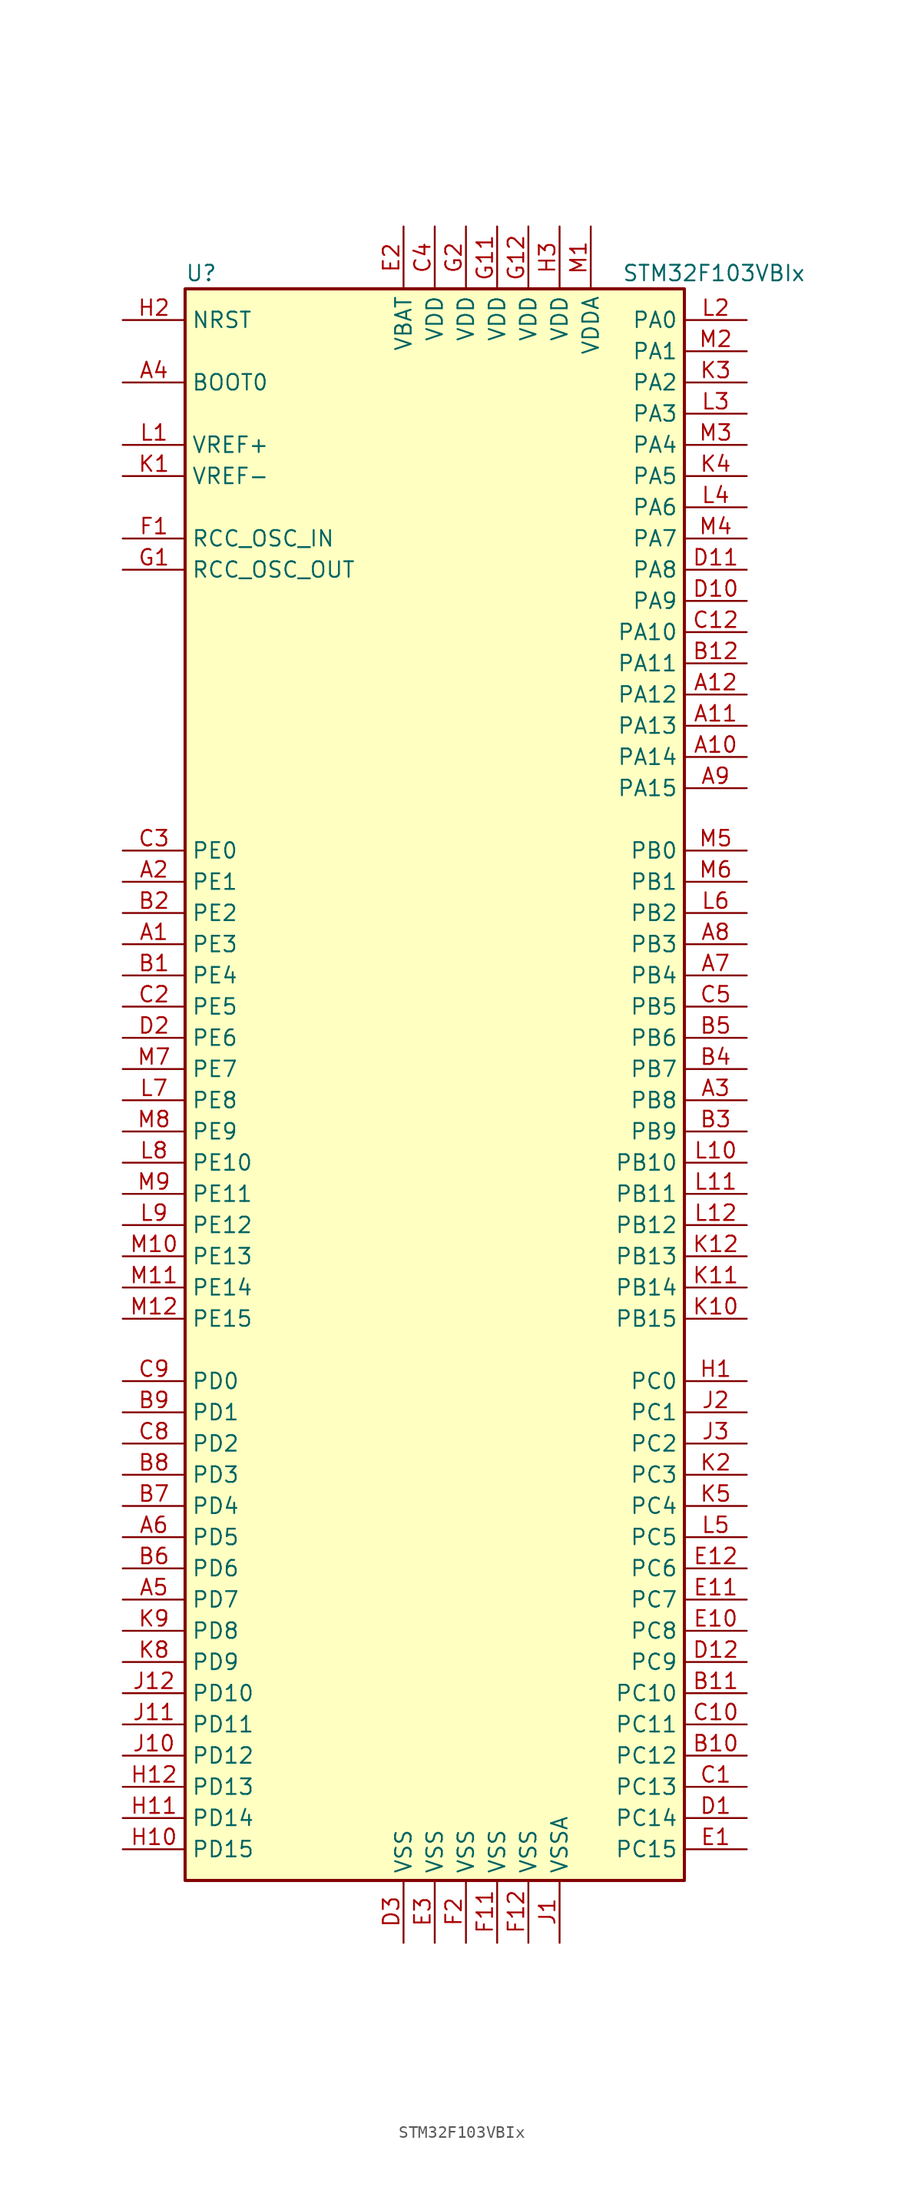
<source format=kicad_sym>
(kicad_symbol_lib
  (version 20200908)
  (generator kicad_symbol_editor)
  (symbol "MCU_ST_STM32F1:STM32F103VBIx"
    (property "Reference" "U"
      (at -20.32 64.77 0)
      (effects (font (size 1.27 1.27)) (justify left)))
    (property "Value" "STM32F103VBIx"
      (at 15.24 64.77 0)
      (effects (font (size 1.27 1.27)) (justify left)))
    (symbol "STM32F103VBIx_0_1"
      (rectangle (start -20.32 -66.04) (end 20.32 63.5) (stroke (width 0.254)) (fill (type background))))
    (symbol "STM32F103VBIx_1_1"
      (pin input line (at -25.4 55.88 0) (length 5.08) (name "BOOT0" (effects (font (size 1.27 1.27)))) (number "A4" (effects (font (size 1.27 1.27)))))
      (pin unconnected line (at -20.32 -63.5 0) (length 5.08) hide (name "NC" (effects (font (size 1.27 1.27)))) (number "C11" (effects (font (size 1.27 1.27)))))
      (pin input line (at -25.4 60.96 0) (length 5.08) (name "NRST" (effects (font (size 1.27 1.27)))) (number "H2" (effects (font (size 1.27 1.27)))))
      (pin bidirectional line (at 25.4 60.96 180) (length 5.08) (name "PA0" (effects (font (size 1.27 1.27)))) (number "L2" (effects (font (size 1.27 1.27)))))
      (pin bidirectional line (at 25.4 58.42 180) (length 5.08) (name "PA1" (effects (font (size 1.27 1.27)))) (number "M2" (effects (font (size 1.27 1.27)))))
      (pin bidirectional line (at 25.4 35.56 180) (length 5.08) (name "PA10" (effects (font (size 1.27 1.27)))) (number "C12" (effects (font (size 1.27 1.27)))))
      (pin bidirectional line (at 25.4 33.02 180) (length 5.08) (name "PA11" (effects (font (size 1.27 1.27)))) (number "B12" (effects (font (size 1.27 1.27)))))
      (pin bidirectional line (at 25.4 30.48 180) (length 5.08) (name "PA12" (effects (font (size 1.27 1.27)))) (number "A12" (effects (font (size 1.27 1.27)))))
      (pin bidirectional line (at 25.4 27.94 180) (length 5.08) (name "PA13" (effects (font (size 1.27 1.27)))) (number "A11" (effects (font (size 1.27 1.27)))))
      (pin bidirectional line (at 25.4 25.4 180) (length 5.08) (name "PA14" (effects (font (size 1.27 1.27)))) (number "A10" (effects (font (size 1.27 1.27)))))
      (pin bidirectional line (at 25.4 22.86 180) (length 5.08) (name "PA15" (effects (font (size 1.27 1.27)))) (number "A9" (effects (font (size 1.27 1.27)))))
      (pin bidirectional line (at 25.4 55.88 180) (length 5.08) (name "PA2" (effects (font (size 1.27 1.27)))) (number "K3" (effects (font (size 1.27 1.27)))))
      (pin bidirectional line (at 25.4 53.34 180) (length 5.08) (name "PA3" (effects (font (size 1.27 1.27)))) (number "L3" (effects (font (size 1.27 1.27)))))
      (pin bidirectional line (at 25.4 50.8 180) (length 5.08) (name "PA4" (effects (font (size 1.27 1.27)))) (number "M3" (effects (font (size 1.27 1.27)))))
      (pin bidirectional line (at 25.4 48.26 180) (length 5.08) (name "PA5" (effects (font (size 1.27 1.27)))) (number "K4" (effects (font (size 1.27 1.27)))))
      (pin bidirectional line (at 25.4 45.72 180) (length 5.08) (name "PA6" (effects (font (size 1.27 1.27)))) (number "L4" (effects (font (size 1.27 1.27)))))
      (pin bidirectional line (at 25.4 43.18 180) (length 5.08) (name "PA7" (effects (font (size 1.27 1.27)))) (number "M4" (effects (font (size 1.27 1.27)))))
      (pin bidirectional line (at 25.4 40.64 180) (length 5.08) (name "PA8" (effects (font (size 1.27 1.27)))) (number "D11" (effects (font (size 1.27 1.27)))))
      (pin bidirectional line (at 25.4 38.1 180) (length 5.08) (name "PA9" (effects (font (size 1.27 1.27)))) (number "D10" (effects (font (size 1.27 1.27)))))
      (pin bidirectional line (at 25.4 17.78 180) (length 5.08) (name "PB0" (effects (font (size 1.27 1.27)))) (number "M5" (effects (font (size 1.27 1.27)))))
      (pin bidirectional line (at 25.4 15.24 180) (length 5.08) (name "PB1" (effects (font (size 1.27 1.27)))) (number "M6" (effects (font (size 1.27 1.27)))))
      (pin bidirectional line (at 25.4 -7.62 180) (length 5.08) (name "PB10" (effects (font (size 1.27 1.27)))) (number "L10" (effects (font (size 1.27 1.27)))))
      (pin bidirectional line (at 25.4 -10.16 180) (length 5.08) (name "PB11" (effects (font (size 1.27 1.27)))) (number "L11" (effects (font (size 1.27 1.27)))))
      (pin bidirectional line (at 25.4 -12.7 180) (length 5.08) (name "PB12" (effects (font (size 1.27 1.27)))) (number "L12" (effects (font (size 1.27 1.27)))))
      (pin bidirectional line (at 25.4 -15.24 180) (length 5.08) (name "PB13" (effects (font (size 1.27 1.27)))) (number "K12" (effects (font (size 1.27 1.27)))))
      (pin bidirectional line (at 25.4 -17.78 180) (length 5.08) (name "PB14" (effects (font (size 1.27 1.27)))) (number "K11" (effects (font (size 1.27 1.27)))))
      (pin bidirectional line (at 25.4 -20.32 180) (length 5.08) (name "PB15" (effects (font (size 1.27 1.27)))) (number "K10" (effects (font (size 1.27 1.27)))))
      (pin bidirectional line (at 25.4 12.7 180) (length 5.08) (name "PB2" (effects (font (size 1.27 1.27)))) (number "L6" (effects (font (size 1.27 1.27)))))
      (pin bidirectional line (at 25.4 10.16 180) (length 5.08) (name "PB3" (effects (font (size 1.27 1.27)))) (number "A8" (effects (font (size 1.27 1.27)))))
      (pin bidirectional line (at 25.4 7.62 180) (length 5.08) (name "PB4" (effects (font (size 1.27 1.27)))) (number "A7" (effects (font (size 1.27 1.27)))))
      (pin bidirectional line (at 25.4 5.08 180) (length 5.08) (name "PB5" (effects (font (size 1.27 1.27)))) (number "C5" (effects (font (size 1.27 1.27)))))
      (pin bidirectional line (at 25.4 2.54 180) (length 5.08) (name "PB6" (effects (font (size 1.27 1.27)))) (number "B5" (effects (font (size 1.27 1.27)))))
      (pin bidirectional line (at 25.4 0 180) (length 5.08) (name "PB7" (effects (font (size 1.27 1.27)))) (number "B4" (effects (font (size 1.27 1.27)))))
      (pin bidirectional line (at 25.4 -2.54 180) (length 5.08) (name "PB8" (effects (font (size 1.27 1.27)))) (number "A3" (effects (font (size 1.27 1.27)))))
      (pin bidirectional line (at 25.4 -5.08 180) (length 5.08) (name "PB9" (effects (font (size 1.27 1.27)))) (number "B3" (effects (font (size 1.27 1.27)))))
      (pin bidirectional line (at 25.4 -25.4 180) (length 5.08) (name "PC0" (effects (font (size 1.27 1.27)))) (number "H1" (effects (font (size 1.27 1.27)))))
      (pin bidirectional line (at 25.4 -27.94 180) (length 5.08) (name "PC1" (effects (font (size 1.27 1.27)))) (number "J2" (effects (font (size 1.27 1.27)))))
      (pin bidirectional line (at 25.4 -50.8 180) (length 5.08) (name "PC10" (effects (font (size 1.27 1.27)))) (number "B11" (effects (font (size 1.27 1.27)))))
      (pin bidirectional line (at 25.4 -53.34 180) (length 5.08) (name "PC11" (effects (font (size 1.27 1.27)))) (number "C10" (effects (font (size 1.27 1.27)))))
      (pin bidirectional line (at 25.4 -55.88 180) (length 5.08) (name "PC12" (effects (font (size 1.27 1.27)))) (number "B10" (effects (font (size 1.27 1.27)))))
      (pin bidirectional line (at 25.4 -58.42 180) (length 5.08) (name "PC13" (effects (font (size 1.27 1.27)))) (number "C1" (effects (font (size 1.27 1.27)))))
      (pin bidirectional line (at 25.4 -60.96 180) (length 5.08) (name "PC14" (effects (font (size 1.27 1.27)))) (number "D1" (effects (font (size 1.27 1.27)))))
      (pin bidirectional line (at 25.4 -63.5 180) (length 5.08) (name "PC15" (effects (font (size 1.27 1.27)))) (number "E1" (effects (font (size 1.27 1.27)))))
      (pin bidirectional line (at 25.4 -30.48 180) (length 5.08) (name "PC2" (effects (font (size 1.27 1.27)))) (number "J3" (effects (font (size 1.27 1.27)))))
      (pin bidirectional line (at 25.4 -33.02 180) (length 5.08) (name "PC3" (effects (font (size 1.27 1.27)))) (number "K2" (effects (font (size 1.27 1.27)))))
      (pin bidirectional line (at 25.4 -35.56 180) (length 5.08) (name "PC4" (effects (font (size 1.27 1.27)))) (number "K5" (effects (font (size 1.27 1.27)))))
      (pin bidirectional line (at 25.4 -38.1 180) (length 5.08) (name "PC5" (effects (font (size 1.27 1.27)))) (number "L5" (effects (font (size 1.27 1.27)))))
      (pin bidirectional line (at 25.4 -40.64 180) (length 5.08) (name "PC6" (effects (font (size 1.27 1.27)))) (number "E12" (effects (font (size 1.27 1.27)))))
      (pin bidirectional line (at 25.4 -43.18 180) (length 5.08) (name "PC7" (effects (font (size 1.27 1.27)))) (number "E11" (effects (font (size 1.27 1.27)))))
      (pin bidirectional line (at 25.4 -45.72 180) (length 5.08) (name "PC8" (effects (font (size 1.27 1.27)))) (number "E10" (effects (font (size 1.27 1.27)))))
      (pin bidirectional line (at 25.4 -48.26 180) (length 5.08) (name "PC9" (effects (font (size 1.27 1.27)))) (number "D12" (effects (font (size 1.27 1.27)))))
      (pin bidirectional line (at -25.4 -25.4 0) (length 5.08) (name "PD0" (effects (font (size 1.27 1.27)))) (number "C9" (effects (font (size 1.27 1.27)))))
      (pin bidirectional line (at -25.4 -27.94 0) (length 5.08) (name "PD1" (effects (font (size 1.27 1.27)))) (number "B9" (effects (font (size 1.27 1.27)))))
      (pin bidirectional line (at -25.4 -50.8 0) (length 5.08) (name "PD10" (effects (font (size 1.27 1.27)))) (number "J12" (effects (font (size 1.27 1.27)))))
      (pin bidirectional line (at -25.4 -53.34 0) (length 5.08) (name "PD11" (effects (font (size 1.27 1.27)))) (number "J11" (effects (font (size 1.27 1.27)))))
      (pin bidirectional line (at -25.4 -55.88 0) (length 5.08) (name "PD12" (effects (font (size 1.27 1.27)))) (number "J10" (effects (font (size 1.27 1.27)))))
      (pin bidirectional line (at -25.4 -58.42 0) (length 5.08) (name "PD13" (effects (font (size 1.27 1.27)))) (number "H12" (effects (font (size 1.27 1.27)))))
      (pin bidirectional line (at -25.4 -60.96 0) (length 5.08) (name "PD14" (effects (font (size 1.27 1.27)))) (number "H11" (effects (font (size 1.27 1.27)))))
      (pin bidirectional line (at -25.4 -63.5 0) (length 5.08) (name "PD15" (effects (font (size 1.27 1.27)))) (number "H10" (effects (font (size 1.27 1.27)))))
      (pin bidirectional line (at -25.4 -30.48 0) (length 5.08) (name "PD2" (effects (font (size 1.27 1.27)))) (number "C8" (effects (font (size 1.27 1.27)))))
      (pin bidirectional line (at -25.4 -33.02 0) (length 5.08) (name "PD3" (effects (font (size 1.27 1.27)))) (number "B8" (effects (font (size 1.27 1.27)))))
      (pin bidirectional line (at -25.4 -35.56 0) (length 5.08) (name "PD4" (effects (font (size 1.27 1.27)))) (number "B7" (effects (font (size 1.27 1.27)))))
      (pin bidirectional line (at -25.4 -38.1 0) (length 5.08) (name "PD5" (effects (font (size 1.27 1.27)))) (number "A6" (effects (font (size 1.27 1.27)))))
      (pin bidirectional line (at -25.4 -40.64 0) (length 5.08) (name "PD6" (effects (font (size 1.27 1.27)))) (number "B6" (effects (font (size 1.27 1.27)))))
      (pin bidirectional line (at -25.4 -43.18 0) (length 5.08) (name "PD7" (effects (font (size 1.27 1.27)))) (number "A5" (effects (font (size 1.27 1.27)))))
      (pin bidirectional line (at -25.4 -45.72 0) (length 5.08) (name "PD8" (effects (font (size 1.27 1.27)))) (number "K9" (effects (font (size 1.27 1.27)))))
      (pin bidirectional line (at -25.4 -48.26 0) (length 5.08) (name "PD9" (effects (font (size 1.27 1.27)))) (number "K8" (effects (font (size 1.27 1.27)))))
      (pin bidirectional line (at -25.4 17.78 0) (length 5.08) (name "PE0" (effects (font (size 1.27 1.27)))) (number "C3" (effects (font (size 1.27 1.27)))))
      (pin bidirectional line (at -25.4 15.24 0) (length 5.08) (name "PE1" (effects (font (size 1.27 1.27)))) (number "A2" (effects (font (size 1.27 1.27)))))
      (pin bidirectional line (at -25.4 -7.62 0) (length 5.08) (name "PE10" (effects (font (size 1.27 1.27)))) (number "L8" (effects (font (size 1.27 1.27)))))
      (pin bidirectional line (at -25.4 -10.16 0) (length 5.08) (name "PE11" (effects (font (size 1.27 1.27)))) (number "M9" (effects (font (size 1.27 1.27)))))
      (pin bidirectional line (at -25.4 -12.7 0) (length 5.08) (name "PE12" (effects (font (size 1.27 1.27)))) (number "L9" (effects (font (size 1.27 1.27)))))
      (pin bidirectional line (at -25.4 -15.24 0) (length 5.08) (name "PE13" (effects (font (size 1.27 1.27)))) (number "M10" (effects (font (size 1.27 1.27)))))
      (pin bidirectional line (at -25.4 -17.78 0) (length 5.08) (name "PE14" (effects (font (size 1.27 1.27)))) (number "M11" (effects (font (size 1.27 1.27)))))
      (pin bidirectional line (at -25.4 -20.32 0) (length 5.08) (name "PE15" (effects (font (size 1.27 1.27)))) (number "M12" (effects (font (size 1.27 1.27)))))
      (pin bidirectional line (at -25.4 12.7 0) (length 5.08) (name "PE2" (effects (font (size 1.27 1.27)))) (number "B2" (effects (font (size 1.27 1.27)))))
      (pin bidirectional line (at -25.4 10.16 0) (length 5.08) (name "PE3" (effects (font (size 1.27 1.27)))) (number "A1" (effects (font (size 1.27 1.27)))))
      (pin bidirectional line (at -25.4 7.62 0) (length 5.08) (name "PE4" (effects (font (size 1.27 1.27)))) (number "B1" (effects (font (size 1.27 1.27)))))
      (pin bidirectional line (at -25.4 5.08 0) (length 5.08) (name "PE5" (effects (font (size 1.27 1.27)))) (number "C2" (effects (font (size 1.27 1.27)))))
      (pin bidirectional line (at -25.4 2.54 0) (length 5.08) (name "PE6" (effects (font (size 1.27 1.27)))) (number "D2" (effects (font (size 1.27 1.27)))))
      (pin bidirectional line (at -25.4 0 0) (length 5.08) (name "PE7" (effects (font (size 1.27 1.27)))) (number "M7" (effects (font (size 1.27 1.27)))))
      (pin bidirectional line (at -25.4 -2.54 0) (length 5.08) (name "PE8" (effects (font (size 1.27 1.27)))) (number "L7" (effects (font (size 1.27 1.27)))))
      (pin bidirectional line (at -25.4 -5.08 0) (length 5.08) (name "PE9" (effects (font (size 1.27 1.27)))) (number "M8" (effects (font (size 1.27 1.27)))))
      (pin input line (at -25.4 43.18 0) (length 5.08) (name "RCC_OSC_IN" (effects (font (size 1.27 1.27)))) (number "F1" (effects (font (size 1.27 1.27)))))
      (pin input line (at -25.4 40.64 0) (length 5.08) (name "RCC_OSC_OUT" (effects (font (size 1.27 1.27)))) (number "G1" (effects (font (size 1.27 1.27)))))
      (pin power_in line (at -2.54 68.58 270) (length 5.08) (name "VBAT" (effects (font (size 1.27 1.27)))) (number "E2" (effects (font (size 1.27 1.27)))))
      (pin power_in line (at 0 68.58 270) (length 5.08) (name "VDD" (effects (font (size 1.27 1.27)))) (number "C4" (effects (font (size 1.27 1.27)))))
      (pin power_in line (at 5.08 68.58 270) (length 5.08) (name "VDD" (effects (font (size 1.27 1.27)))) (number "G11" (effects (font (size 1.27 1.27)))))
      (pin power_in line (at 7.62 68.58 270) (length 5.08) (name "VDD" (effects (font (size 1.27 1.27)))) (number "G12" (effects (font (size 1.27 1.27)))))
      (pin power_in line (at 2.54 68.58 270) (length 5.08) (name "VDD" (effects (font (size 1.27 1.27)))) (number "G2" (effects (font (size 1.27 1.27)))))
      (pin power_in line (at 10.16 68.58 270) (length 5.08) (name "VDD" (effects (font (size 1.27 1.27)))) (number "H3" (effects (font (size 1.27 1.27)))))
      (pin power_in line (at 12.7 68.58 270) (length 5.08) (name "VDDA" (effects (font (size 1.27 1.27)))) (number "M1" (effects (font (size 1.27 1.27)))))
      (pin power_in line (at -25.4 50.8 0) (length 5.08) (name "VREF+" (effects (font (size 1.27 1.27)))) (number "L1" (effects (font (size 1.27 1.27)))))
      (pin power_in line (at -25.4 48.26 0) (length 5.08) (name "VREF-" (effects (font (size 1.27 1.27)))) (number "K1" (effects (font (size 1.27 1.27)))))
      (pin power_in line (at -2.54 -71.12 90) (length 5.08) (name "VSS" (effects (font (size 1.27 1.27)))) (number "D3" (effects (font (size 1.27 1.27)))))
      (pin power_in line (at 0 -71.12 90) (length 5.08) (name "VSS" (effects (font (size 1.27 1.27)))) (number "E3" (effects (font (size 1.27 1.27)))))
      (pin power_in line (at 5.08 -71.12 90) (length 5.08) (name "VSS" (effects (font (size 1.27 1.27)))) (number "F11" (effects (font (size 1.27 1.27)))))
      (pin power_in line (at 7.62 -71.12 90) (length 5.08) (name "VSS" (effects (font (size 1.27 1.27)))) (number "F12" (effects (font (size 1.27 1.27)))))
      (pin power_in line (at 2.54 -71.12 90) (length 5.08) (name "VSS" (effects (font (size 1.27 1.27)))) (number "F2" (effects (font (size 1.27 1.27)))))
      (pin power_in line (at 10.16 -71.12 90) (length 5.08) (name "VSSA" (effects (font (size 1.27 1.27)))) (number "J1" (effects (font (size 1.27 1.27))))))))
</source>
